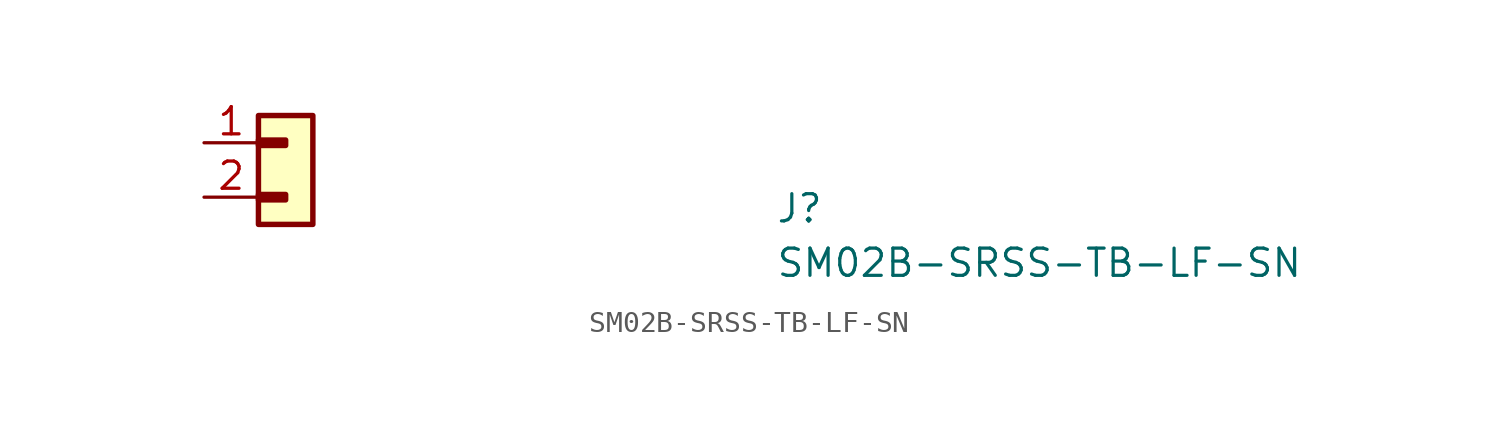
<source format=kicad_sym>
(kicad_symbol_lib
  (version 20211014)
  (generator kicad_symbol_editor)
  (symbol "SM02B-SRSS-TB-LF-SN"
    (pin_names hide)
    (property "Reference" "J"
      (at 26.67 -3.81 0)
      (effects (font (size 1.27 1.27) (thickness 0.15)) (justify left bottom)))
    (property "Value" "SM02B-SRSS-TB-LF-SN"
      (at 26.67 -6.35 0)
      (effects (font (size 1.27 1.27) (thickness 0.15)) (justify left bottom)))
    (symbol "SM02B-SRSS-TB-LF-SN_1_1"
      (rectangle (start 2.54 -2.413) (end 3.81 -2.667) (stroke (width 0.254) (type default) (color 0 0 0 0)) (fill (type background)))
      (rectangle (start 2.54 0.127) (end 3.81 -0.127) (stroke (width 0.254) (type default) (color 0 0 0 0)) (fill (type background)))
      (rectangle (start 2.54 1.27) (end 5.08 -3.81) (stroke (width 0.254) (type default) (color 0 0 0 0)) (fill (type background)))
      (pin passive line (at 0 0 0) (length 2.54) (name "Pin_1" (effects (font (size 1.27 1.27)))) (number "1" (effects (font (size 1.27 1.27)))))
      (pin passive line (at 0 -2.54 0) (length 2.54) (name "Pin_2" (effects (font (size 1.27 1.27)))) (number "2" (effects (font (size 1.27 1.27))))))))
</source>
